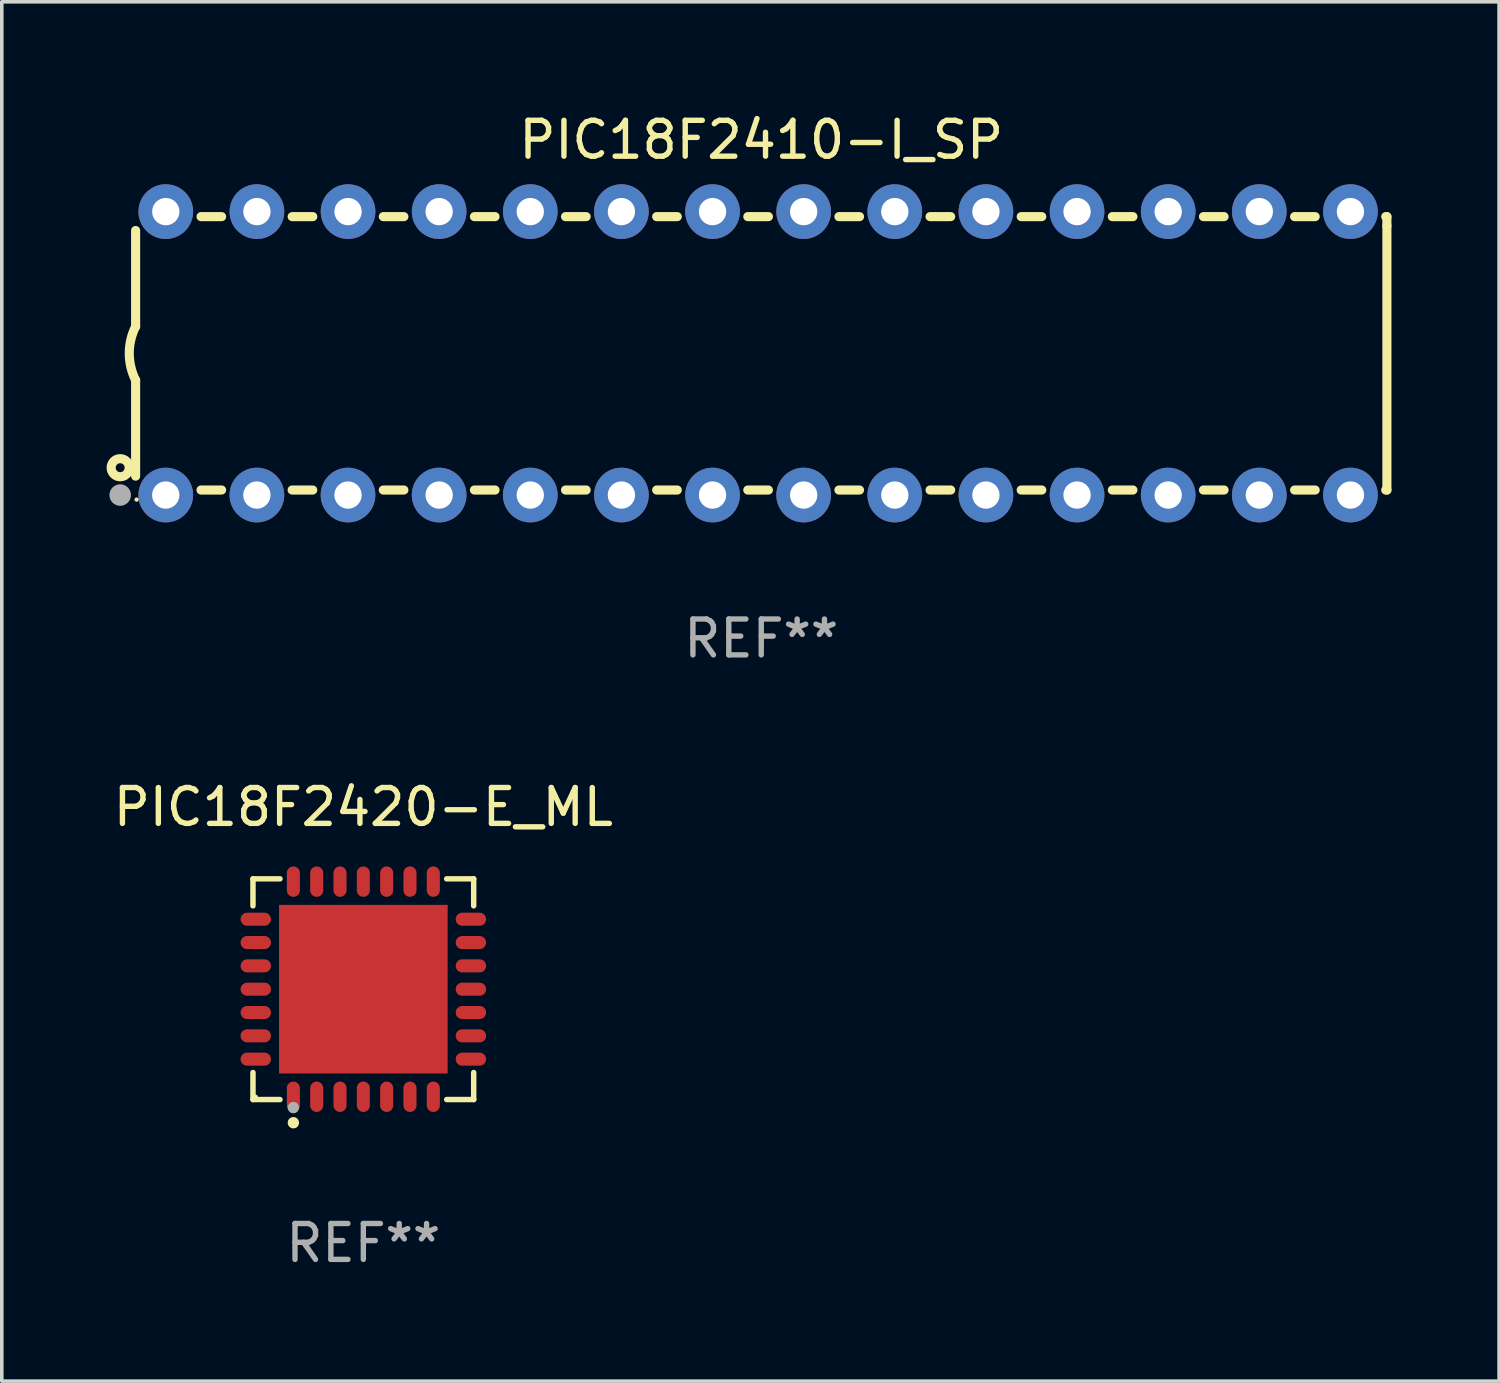
<source format=kicad_pcb>
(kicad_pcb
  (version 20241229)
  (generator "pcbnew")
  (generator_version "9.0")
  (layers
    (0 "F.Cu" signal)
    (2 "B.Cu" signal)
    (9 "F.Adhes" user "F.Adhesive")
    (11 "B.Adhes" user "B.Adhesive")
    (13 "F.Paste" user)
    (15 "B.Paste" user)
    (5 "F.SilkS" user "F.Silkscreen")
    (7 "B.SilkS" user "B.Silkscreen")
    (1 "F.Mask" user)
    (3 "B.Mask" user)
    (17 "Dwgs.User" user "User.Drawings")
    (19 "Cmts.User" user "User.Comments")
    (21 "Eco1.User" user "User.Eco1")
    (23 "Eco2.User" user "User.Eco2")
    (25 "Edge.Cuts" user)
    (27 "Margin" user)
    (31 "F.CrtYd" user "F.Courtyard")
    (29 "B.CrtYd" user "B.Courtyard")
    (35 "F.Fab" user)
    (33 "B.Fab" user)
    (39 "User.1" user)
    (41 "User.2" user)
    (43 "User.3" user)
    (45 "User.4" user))
  (footprint "PIC18F2410-I_SP"
    (layer "F.Cu")
    (at 18.168 6.798)
    (property "Reference" "PIC18F2410-I_SP" (at 0 -5.95 0) (layer "F.SilkS") (effects (font (size 1 1) (thickness 0.15))))
    (attr through_hole)
    (fp_line (start -17.438 0.75) (end -17.438 3.423) (stroke (width 0.254) (type solid)) (layer "F.SilkS"))
    (fp_line (start -17.438 -3.423) (end -17.438 -0.75) (stroke (width 0.254) (type solid)) (layer "F.SilkS"))
    (fp_line (start -15.615 3.81) (end -15.041 3.81) (stroke (width 0.254) (type solid)) (layer "F.SilkS"))
    (fp_line (start -15.041 -3.81) (end -15.614 -3.81) (stroke (width 0.254) (type solid)) (layer "F.SilkS"))
    (fp_line (start -13.075 3.81) (end -12.501 3.81) (stroke (width 0.254) (type solid)) (layer "F.SilkS"))
    (fp_line (start -12.501 -3.81) (end -13.074 -3.81) (stroke (width 0.254) (type solid)) (layer "F.SilkS"))
    (fp_line (start -10.535 3.81) (end -9.961 3.81) (stroke (width 0.254) (type solid)) (layer "F.SilkS"))
    (fp_line (start -9.961 -3.81) (end -10.534 -3.81) (stroke (width 0.254) (type solid)) (layer "F.SilkS"))
    (fp_line (start -7.995 3.81) (end -7.421 3.81) (stroke (width 0.254) (type solid)) (layer "F.SilkS"))
    (fp_line (start -7.421 -3.81) (end -7.995 -3.81) (stroke (width 0.254) (type solid)) (layer "F.SilkS"))
    (fp_line (start -5.455 3.81) (end -4.881 3.81) (stroke (width 0.254) (type solid)) (layer "F.SilkS"))
    (fp_line (start -4.881 -3.81) (end -5.455 -3.81) (stroke (width 0.254) (type solid)) (layer "F.SilkS"))
    (fp_line (start -2.915 3.81) (end -2.341 3.81) (stroke (width 0.254) (type solid)) (layer "F.SilkS"))
    (fp_line (start -2.341 -3.81) (end -2.915 -3.81) (stroke (width 0.254) (type solid)) (layer "F.SilkS"))
    (fp_line (start -0.375 3.81) (end 0.199 3.81) (stroke (width 0.254) (type solid)) (layer "F.SilkS"))
    (fp_line (start 0.199 -3.81) (end -0.375 -3.81) (stroke (width 0.254) (type solid)) (layer "F.SilkS"))
    (fp_line (start 2.165 3.81) (end 2.739 3.81) (stroke (width 0.254) (type solid)) (layer "F.SilkS"))
    (fp_line (start 2.739 -3.81) (end 2.165 -3.81) (stroke (width 0.254) (type solid)) (layer "F.SilkS"))
    (fp_line (start 4.705 3.81) (end 5.279 3.81) (stroke (width 0.254) (type solid)) (layer "F.SilkS"))
    (fp_line (start 5.279 -3.81) (end 4.705 -3.81) (stroke (width 0.254) (type solid)) (layer "F.SilkS"))
    (fp_line (start 7.245 3.81) (end 7.819 3.81) (stroke (width 0.254) (type solid)) (layer "F.SilkS"))
    (fp_line (start 7.819 -3.81) (end 7.245 -3.81) (stroke (width 0.254) (type solid)) (layer "F.SilkS"))
    (fp_line (start 9.785 3.81) (end 10.359 3.81) (stroke (width 0.254) (type solid)) (layer "F.SilkS"))
    (fp_line (start 10.359 -3.81) (end 9.785 -3.81) (stroke (width 0.254) (type solid)) (layer "F.SilkS"))
    (fp_line (start 12.325 3.81) (end 12.899 3.81) (stroke (width 0.254) (type solid)) (layer "F.SilkS"))
    (fp_line (start 12.899 -3.81) (end 12.325 -3.81) (stroke (width 0.254) (type solid)) (layer "F.SilkS"))
    (fp_line (start 14.865 3.81) (end 15.439 3.81) (stroke (width 0.254) (type solid)) (layer "F.SilkS"))
    (fp_line (start 15.439 -3.81) (end 14.865 -3.81) (stroke (width 0.254) (type solid)) (layer "F.SilkS"))
    (fp_line (start 17.405 3.81) (end 17.438 3.81) (stroke (width 0.254) (type solid)) (layer "F.SilkS"))
    (fp_line (start 17.438 -3.81) (end 17.405 -3.81) (stroke (width 0.254) (type solid)) (layer "F.SilkS"))
    (fp_line (start 17.438 -3.556) (end 17.438 -3.81) (stroke (width 0.254) (type solid)) (layer "F.SilkS"))
    (fp_line (start 17.438 3.81) (end 17.438 -3.556) (stroke (width 0.254) (type solid)) (layer "F.SilkS"))
    (fp_arc (start -17.437986 0.749657) (mid -17.614887 -0.000024) (end -17.437783 -0.749657) (stroke (width 0.254001) (type solid)) (layer "F.SilkS"))
    (fp_circle (center -17.868 3.188) (end -17.743 3.188) (stroke (width 0.254) (type solid)) (fill no) (layer "F.SilkS"))
    (fp_circle (center -17.411 4.077) (end -17.381 4.077) (stroke (width 0.06) (type solid)) (fill no) (layer "F.SilkS"))
    (fp_circle (center -17.868 3.95) (end -17.718 3.95) (stroke (width 0.3) (type solid)) (fill no) (layer "F.Fab"))
    (fp_text user "REF**" (at 0 7.95 0) (layer "F.Fab") (effects (font (size 1 1) (thickness 0.15))))
    (pad "1" thru_hole circle (at -16.598 3.95) (size 1.524 1.524) (drill 0.762) (layers "*.Cu" "*.Mask"))
    (pad "2" thru_hole circle (at -14.058 3.95) (size 1.524 1.524) (drill 0.762) (layers "*.Cu" "*.Mask"))
    (pad "3" thru_hole circle (at -11.518 3.95) (size 1.524 1.524) (drill 0.762) (layers "*.Cu" "*.Mask"))
    (pad "4" thru_hole circle (at -8.978 3.95) (size 1.524 1.524) (drill 0.762) (layers "*.Cu" "*.Mask"))
    (pad "5" thru_hole circle (at -6.438 3.95) (size 1.524 1.524) (drill 0.762) (layers "*.Cu" "*.Mask"))
    (pad "6" thru_hole circle (at -3.898 3.95) (size 1.524 1.524) (drill 0.762) (layers "*.Cu" "*.Mask"))
    (pad "7" thru_hole circle (at -1.358 3.95) (size 1.524 1.524) (drill 0.762) (layers "*.Cu" "*.Mask"))
    (pad "8" thru_hole circle (at 1.182 3.95) (size 1.524 1.524) (drill 0.762) (layers "*.Cu" "*.Mask"))
    (pad "9" thru_hole circle (at 3.722 3.95) (size 1.524 1.524) (drill 0.762) (layers "*.Cu" "*.Mask"))
    (pad "10" thru_hole circle (at 6.262 3.95) (size 1.524 1.524) (drill 0.762) (layers "*.Cu" "*.Mask"))
    (pad "11" thru_hole circle (at 8.802 3.95) (size 1.524 1.524) (drill 0.762) (layers "*.Cu" "*.Mask"))
    (pad "12" thru_hole circle (at 11.342 3.95) (size 1.524 1.524) (drill 0.762) (layers "*.Cu" "*.Mask"))
    (pad "13" thru_hole circle (at 13.882 3.95) (size 1.524 1.524) (drill 0.762) (layers "*.Cu" "*.Mask"))
    (pad "14" thru_hole circle (at 16.422 3.95) (size 1.524 1.524) (drill 0.762) (layers "*.Cu" "*.Mask"))
    (pad "15" thru_hole circle (at 16.422 -3.95) (size 1.524 1.524) (drill 0.762) (layers "*.Cu" "*.Mask"))
    (pad "16" thru_hole circle (at 13.882 -3.95) (size 1.524 1.524) (drill 0.762) (layers "*.Cu" "*.Mask"))
    (pad "17" thru_hole circle (at 11.342 -3.95) (size 1.524 1.524) (drill 0.762) (layers "*.Cu" "*.Mask"))
    (pad "18" thru_hole circle (at 8.802 -3.95) (size 1.524 1.524) (drill 0.762) (layers "*.Cu" "*.Mask"))
    (pad "19" thru_hole circle (at 6.262 -3.95) (size 1.524 1.524) (drill 0.762) (layers "*.Cu" "*.Mask"))
    (pad "20" thru_hole circle (at 3.722 -3.95) (size 1.524 1.524) (drill 0.762) (layers "*.Cu" "*.Mask"))
    (pad "21" thru_hole circle (at 1.182 -3.95) (size 1.524 1.524) (drill 0.762) (layers "*.Cu" "*.Mask"))
    (pad "22" thru_hole circle (at -1.358 -3.95) (size 1.524 1.524) (drill 0.762) (layers "*.Cu" "*.Mask"))
    (pad "23" thru_hole circle (at -3.898 -3.95) (size 1.524 1.524) (drill 0.762) (layers "*.Cu" "*.Mask"))
    (pad "24" thru_hole circle (at -6.438 -3.95) (size 1.524 1.524) (drill 0.762) (layers "*.Cu" "*.Mask"))
    (pad "25" thru_hole circle (at -8.978 -3.95) (size 1.524 1.524) (drill 0.762) (layers "*.Cu" "*.Mask"))
    (pad "26" thru_hole circle (at -11.517 -3.95) (size 1.524 1.524) (drill 0.762) (layers "*.Cu" "*.Mask"))
    (pad "27" thru_hole circle (at -14.057 -3.95) (size 1.524 1.524) (drill 0.762) (layers "*.Cu" "*.Mask"))
    (pad "28" thru_hole circle (at -16.597 -3.95) (size 1.524 1.524) (drill 0.762) (layers "*.Cu" "*.Mask")))
  (footprint "PIC18F2420-E_ML"
    (layer "F.Cu")
    (at 7.077 24.521)
    (property "Reference" "PIC18F2420-E_ML" (at 0 -5.076 0) (layer "F.SilkS") (effects (font (size 1 1) (thickness 0.15))))
    (attr through_hole)
    (fp_line (start -3.076 -3.076) (end -2.323 -3.076) (stroke (width 0.152) (type solid)) (layer "F.SilkS"))
    (fp_line (start -3.076 -2.323) (end -3.076 -3.076) (stroke (width 0.152) (type solid)) (layer "F.SilkS"))
    (fp_line (start -3.076 2.323) (end -3.076 3.076) (stroke (width 0.152) (type solid)) (layer "F.SilkS"))
    (fp_line (start -3.076 3.076) (end -2.323 3.076) (stroke (width 0.152) (type solid)) (layer "F.SilkS"))
    (fp_line (start 3.076 -3.076) (end 2.323 -3.076) (stroke (width 0.152) (type solid)) (layer "F.SilkS"))
    (fp_line (start 3.076 -2.323) (end 3.076 -3.076) (stroke (width 0.152) (type solid)) (layer "F.SilkS"))
    (fp_line (start 3.076 2.323) (end 3.076 3.076) (stroke (width 0.152) (type solid)) (layer "F.SilkS"))
    (fp_line (start 3.076 3.076) (end 2.323 3.076) (stroke (width 0.152) (type solid)) (layer "F.SilkS"))
    (fp_circle (center -3 3) (end -2.97 3) (stroke (width 0.06) (type solid)) (fill no) (layer "F.SilkS"))
    (fp_circle (center -1.95 3.722) (end -1.87 3.722) (stroke (width 0.16) (type solid)) (fill no) (layer "F.SilkS"))
    (fp_circle (center -1.95 3.3) (end -1.87 3.3) (stroke (width 0.16) (type solid)) (fill no) (layer "F.Fab"))
    (fp_text user "REF**" (at 0 7.076 0) (layer "F.Fab") (effects (font (size 1 1) (thickness 0.15))))
    (pad "1" smd oval (at -1.95 2.998) (size 0.364 0.847) (layers "F.Cu" "F.Mask" "F.Paste"))
    (pad "2" smd oval (at -1.3 2.998) (size 0.364 0.847) (layers "F.Cu" "F.Mask" "F.Paste"))
    (pad "3" smd oval (at -0.65 2.998) (size 0.364 0.847) (layers "F.Cu" "F.Mask" "F.Paste"))
    (pad "4" smd oval (at 0 2.998) (size 0.364 0.847) (layers "F.Cu" "F.Mask" "F.Paste"))
    (pad "5" smd oval (at 0.65 2.998) (size 0.364 0.847) (layers "F.Cu" "F.Mask" "F.Paste"))
    (pad "6" smd oval (at 1.3 2.998) (size 0.364 0.847) (layers "F.Cu" "F.Mask" "F.Paste"))
    (pad "7" smd oval (at 1.95 2.998) (size 0.364 0.847) (layers "F.Cu" "F.Mask" "F.Paste"))
    (pad "8" smd oval (at 2.998 1.95) (size 0.847 0.364) (layers "F.Cu" "F.Mask" "F.Paste"))
    (pad "9" smd oval (at 2.998 1.3) (size 0.847 0.364) (layers "F.Cu" "F.Mask" "F.Paste"))
    (pad "10" smd oval (at 2.998 0.65) (size 0.847 0.364) (layers "F.Cu" "F.Mask" "F.Paste"))
    (pad "11" smd oval (at 2.998 0) (size 0.847 0.364) (layers "F.Cu" "F.Mask" "F.Paste"))
    (pad "12" smd oval (at 2.998 -0.65) (size 0.847 0.364) (layers "F.Cu" "F.Mask" "F.Paste"))
    (pad "13" smd oval (at 2.998 -1.3) (size 0.847 0.364) (layers "F.Cu" "F.Mask" "F.Paste"))
    (pad "14" smd oval (at 2.998 -1.95) (size 0.847 0.364) (layers "F.Cu" "F.Mask" "F.Paste"))
    (pad "15" smd oval (at 1.95 -2.998) (size 0.364 0.847) (layers "F.Cu" "F.Mask" "F.Paste"))
    (pad "16" smd oval (at 1.3 -2.998) (size 0.364 0.847) (layers "F.Cu" "F.Mask" "F.Paste"))
    (pad "17" smd oval (at 0.65 -2.998) (size 0.364 0.847) (layers "F.Cu" "F.Mask" "F.Paste"))
    (pad "18" smd oval (at 0 -2.998) (size 0.364 0.847) (layers "F.Cu" "F.Mask" "F.Paste"))
    (pad "19" smd oval (at -0.65 -2.998) (size 0.364 0.847) (layers "F.Cu" "F.Mask" "F.Paste"))
    (pad "20" smd oval (at -1.3 -2.998) (size 0.364 0.847) (layers "F.Cu" "F.Mask" "F.Paste"))
    (pad "21" smd oval (at -1.95 -2.998) (size 0.364 0.847) (layers "F.Cu" "F.Mask" "F.Paste"))
    (pad "22" smd oval (at -2.998 -1.95) (size 0.847 0.364) (layers "F.Cu" "F.Mask" "F.Paste"))
    (pad "23" smd oval (at -2.998 -1.3) (size 0.847 0.364) (layers "F.Cu" "F.Mask" "F.Paste"))
    (pad "24" smd oval (at -2.998 -0.65) (size 0.847 0.364) (layers "F.Cu" "F.Mask" "F.Paste"))
    (pad "25" smd oval (at -2.998 0) (size 0.847 0.364) (layers "F.Cu" "F.Mask" "F.Paste"))
    (pad "26" smd oval (at -2.998 0.65) (size 0.847 0.364) (layers "F.Cu" "F.Mask" "F.Paste"))
    (pad "27" smd oval (at -2.998 1.3) (size 0.847 0.364) (layers "F.Cu" "F.Mask" "F.Paste"))
    (pad "28" smd oval (at -2.998 1.95) (size 0.847 0.364) (layers "F.Cu" "F.Mask" "F.Paste"))
    (pad "29" smd rect (at 0 0) (size 4.7 4.7) (layers "F.Cu" "F.Mask" "F.Paste")))
  (gr_rect
    (start -3 -3)
    (end 38.733 35.445)
    (stroke (width 0.1) (type default))
    (fill no)
    (layer "Edge.Cuts")))
</source>
